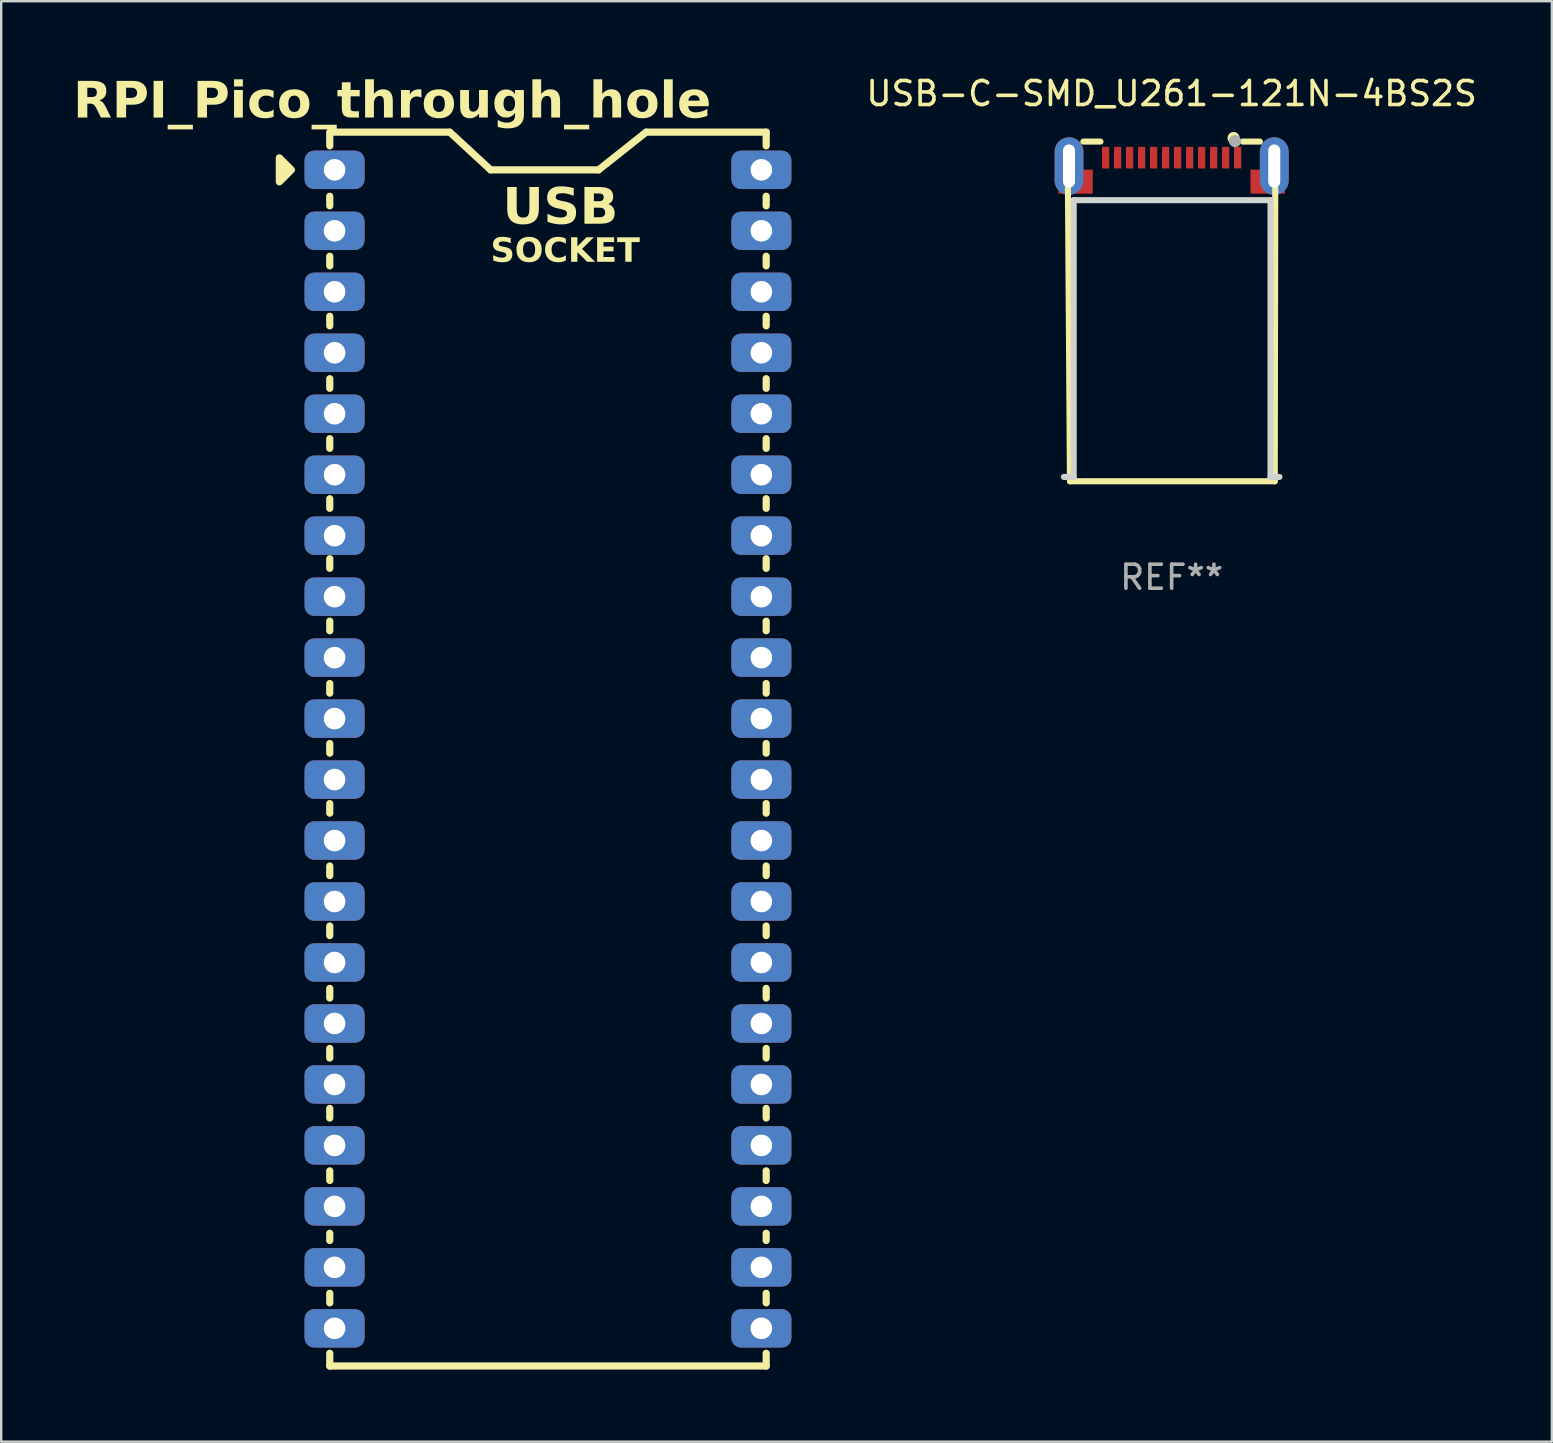
<source format=kicad_pcb>
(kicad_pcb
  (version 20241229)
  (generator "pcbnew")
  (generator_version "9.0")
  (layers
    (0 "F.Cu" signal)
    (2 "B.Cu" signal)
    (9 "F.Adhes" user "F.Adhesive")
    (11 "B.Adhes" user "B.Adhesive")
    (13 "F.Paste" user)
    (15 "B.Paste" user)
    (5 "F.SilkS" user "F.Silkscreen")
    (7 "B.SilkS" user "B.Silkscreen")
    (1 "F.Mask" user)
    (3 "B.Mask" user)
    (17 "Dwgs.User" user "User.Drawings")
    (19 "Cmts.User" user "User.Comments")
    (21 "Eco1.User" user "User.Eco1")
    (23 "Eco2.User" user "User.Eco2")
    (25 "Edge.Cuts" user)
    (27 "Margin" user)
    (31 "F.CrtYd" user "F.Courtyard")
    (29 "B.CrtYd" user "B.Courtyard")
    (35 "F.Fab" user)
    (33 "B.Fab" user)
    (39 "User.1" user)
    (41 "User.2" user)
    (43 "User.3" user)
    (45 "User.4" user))
  (footprint "RPI_Pico_through_hole"
    (layer "F.Cu")
    (at 10.887 4.025)
    (property "Reference" "RPI_Pico_through_hole" (at 2.4 -2.8 0) (layer "F.SilkS") (effects (font (face "Dosis") (size 1.5 1.5) (thickness 0.3) (bold yes))))
    (attr through_hole)
    (fp_line (start -0.2 -1.57) (end 4.8 -1.57) (stroke (width 0.3) (type solid)) (layer "F.SilkS"))
    (fp_line (start -0.2 -1.5) (end -0.2 -1) (stroke (width 0.3) (type solid)) (layer "F.SilkS"))
    (fp_line (start -0.2 1.1) (end -0.2 1.5) (stroke (width 0.3) (type solid)) (layer "F.SilkS"))
    (fp_line (start -0.2 3.6) (end -0.2 4) (stroke (width 0.3) (type solid)) (layer "F.SilkS"))
    (fp_line (start -0.2 6.1) (end -0.2 6.5) (stroke (width 0.3) (type solid)) (layer "F.SilkS"))
    (fp_line (start -0.2 8.7) (end -0.2 9.1) (stroke (width 0.3) (type solid)) (layer "F.SilkS"))
    (fp_line (start -0.2 11.2) (end -0.2 11.6) (stroke (width 0.3) (type solid)) (layer "F.SilkS"))
    (fp_line (start -0.2 13.7) (end -0.2 14.1) (stroke (width 0.3) (type solid)) (layer "F.SilkS"))
    (fp_line (start -0.2 16.2) (end -0.2 16.6) (stroke (width 0.3) (type solid)) (layer "F.SilkS"))
    (fp_line (start -0.2 18.8) (end -0.2 19.2) (stroke (width 0.3) (type solid)) (layer "F.SilkS"))
    (fp_line (start -0.2 21.4) (end -0.2 21.8) (stroke (width 0.3) (type solid)) (layer "F.SilkS"))
    (fp_line (start -0.2 23.9) (end -0.2 24.3) (stroke (width 0.3) (type solid)) (layer "F.SilkS"))
    (fp_line (start -0.2 26.4) (end -0.2 26.8) (stroke (width 0.3) (type solid)) (layer "F.SilkS"))
    (fp_line (start -0.2 29) (end -0.2 29.4) (stroke (width 0.3) (type solid)) (layer "F.SilkS"))
    (fp_line (start -0.2 31.5) (end -0.2 31.9) (stroke (width 0.3) (type solid)) (layer "F.SilkS"))
    (fp_line (start -0.2 34.1) (end -0.2 34.5) (stroke (width 0.3) (type solid)) (layer "F.SilkS"))
    (fp_line (start -0.2 36.6) (end -0.2 37) (stroke (width 0.3) (type solid)) (layer "F.SilkS"))
    (fp_line (start -0.2 39.1) (end -0.2 39.5) (stroke (width 0.3) (type solid)) (layer "F.SilkS"))
    (fp_line (start -0.2 41.7) (end -0.2 42.1) (stroke (width 0.3) (type solid)) (layer "F.SilkS"))
    (fp_line (start -0.2 44.3) (end -0.2 44.6) (stroke (width 0.3) (type solid)) (layer "F.SilkS"))
    (fp_line (start -0.2 46.8) (end -0.2 47.2) (stroke (width 0.3) (type solid)) (layer "F.SilkS"))
    (fp_line (start -0.2 49.3) (end -0.2 49.83) (stroke (width 0.3) (type solid)) (layer "F.SilkS"))
    (fp_line (start -0.2 49.83) (end 17.98 49.83) (stroke (width 0.3) (type solid)) (layer "F.SilkS"))
    (fp_line (start 4.8 -1.57) (end 6.5 0) (stroke (width 0.3) (type default)) (layer "F.SilkS"))
    (fp_line (start 6.5 0) (end 11 0) (stroke (width 0.3) (type default)) (layer "F.SilkS"))
    (fp_line (start 11 0) (end 12.98 -1.57) (stroke (width 0.3) (type default)) (layer "F.SilkS"))
    (fp_line (start 12.98 -1.57) (end 17.98 -1.57) (stroke (width 0.3) (type solid)) (layer "F.SilkS"))
    (fp_line (start 17.98 -1.57) (end 17.98 -1) (stroke (width 0.3) (type solid)) (layer "F.SilkS"))
    (fp_line (start 17.98 1.1) (end 17.98 1.5) (stroke (width 0.3) (type solid)) (layer "F.SilkS"))
    (fp_line (start 17.98 3.6) (end 17.98 4) (stroke (width 0.3) (type solid)) (layer "F.SilkS"))
    (fp_line (start 17.98 6.1) (end 17.98 6.5) (stroke (width 0.3) (type solid)) (layer "F.SilkS"))
    (fp_line (start 17.98 8.7) (end 17.98 9.1) (stroke (width 0.3) (type solid)) (layer "F.SilkS"))
    (fp_line (start 17.98 11.2) (end 17.98 11.6) (stroke (width 0.3) (type solid)) (layer "F.SilkS"))
    (fp_line (start 17.98 13.7) (end 17.98 14.1) (stroke (width 0.3) (type solid)) (layer "F.SilkS"))
    (fp_line (start 17.98 16.2) (end 17.98 16.6) (stroke (width 0.3) (type solid)) (layer "F.SilkS"))
    (fp_line (start 17.98 18.8) (end 17.98 19.2) (stroke (width 0.3) (type solid)) (layer "F.SilkS"))
    (fp_line (start 17.98 21.4) (end 17.98 21.8) (stroke (width 0.3) (type solid)) (layer "F.SilkS"))
    (fp_line (start 17.98 23.9) (end 17.98 24.3) (stroke (width 0.3) (type solid)) (layer "F.SilkS"))
    (fp_line (start 17.98 26.4) (end 17.98 26.8) (stroke (width 0.3) (type solid)) (layer "F.SilkS"))
    (fp_line (start 17.98 29) (end 17.98 29.4) (stroke (width 0.3) (type solid)) (layer "F.SilkS"))
    (fp_line (start 17.98 31.5) (end 17.98 31.9) (stroke (width 0.3) (type solid)) (layer "F.SilkS"))
    (fp_line (start 17.98 34.1) (end 17.98 34.5) (stroke (width 0.3) (type solid)) (layer "F.SilkS"))
    (fp_line (start 17.98 36.6) (end 17.98 37) (stroke (width 0.3) (type solid)) (layer "F.SilkS"))
    (fp_line (start 17.98 39.1) (end 17.98 39.5) (stroke (width 0.3) (type solid)) (layer "F.SilkS"))
    (fp_line (start 17.98 41.7) (end 17.98 42.1) (stroke (width 0.3) (type solid)) (layer "F.SilkS"))
    (fp_line (start 17.98 44.3) (end 17.98 44.6) (stroke (width 0.3) (type solid)) (layer "F.SilkS"))
    (fp_line (start 17.98 46.8) (end 17.98 47.2) (stroke (width 0.3) (type solid)) (layer "F.SilkS"))
    (fp_line (start 17.98 49.3) (end 17.98 49.83) (stroke (width 0.3) (type solid)) (layer "F.SilkS"))
    (fp_poly (pts (xy -2.3 -0.5) (xy -2.3 0.5) (xy -1.8 0)) (stroke (width 0.3) (type solid)) (fill yes) (layer "F.SilkS"))
    (fp_text user "SOCKET" (at 6.5 4 0) (unlocked yes) (layer "F.SilkS") (effects (font (face "Dosis") (size 1 1) (thickness 0.25) (bold yes)) (justify left bottom)))
    (fp_text user "USB" (at 7 2.5 0) (unlocked yes) (layer "F.SilkS") (effects (font (face "Dosis") (size 1.5 1.5) (thickness 0.2) (bold yes)) (justify left bottom)))
    (pad "1" thru_hole roundrect (at 0 0) (size 2.5 1.6) (drill 0.9) (layers "*.Cu" "*.Mask") (roundrect_rratio 0.25))
    (pad "2" thru_hole roundrect (at 0 2.54) (size 2.5 1.6) (drill 0.9) (layers "*.Cu" "*.Mask") (roundrect_rratio 0.25))
    (pad "3" thru_hole roundrect (at 0 5.08) (size 2.5 1.6) (drill 0.9) (layers "*.Cu" "*.Mask") (roundrect_rratio 0.25))
    (pad "4" thru_hole roundrect (at 0 7.62) (size 2.5 1.6) (drill 0.9) (layers "*.Cu" "*.Mask") (roundrect_rratio 0.25))
    (pad "5" thru_hole roundrect (at 0 10.16) (size 2.5 1.6) (drill 0.9) (layers "*.Cu" "*.Mask") (roundrect_rratio 0.25))
    (pad "6" thru_hole roundrect (at 0 12.7) (size 2.5 1.6) (drill 0.9) (layers "*.Cu" "*.Mask") (roundrect_rratio 0.25))
    (pad "7" thru_hole roundrect (at 0 15.24) (size 2.5 1.6) (drill 0.9) (layers "*.Cu" "*.Mask") (roundrect_rratio 0.25))
    (pad "8" thru_hole roundrect (at 0 17.78) (size 2.5 1.6) (drill 0.9) (layers "*.Cu" "*.Mask") (roundrect_rratio 0.25))
    (pad "9" thru_hole roundrect (at 0 20.32) (size 2.5 1.6) (drill 0.9) (layers "*.Cu" "*.Mask") (roundrect_rratio 0.25))
    (pad "10" thru_hole roundrect (at 0 22.86) (size 2.5 1.6) (drill 0.9) (layers "*.Cu" "*.Mask") (roundrect_rratio 0.25))
    (pad "11" thru_hole roundrect (at 0 25.4) (size 2.5 1.6) (drill 0.9) (layers "*.Cu" "*.Mask") (roundrect_rratio 0.25))
    (pad "12" thru_hole roundrect (at 0 27.94) (size 2.5 1.6) (drill 0.9) (layers "*.Cu" "*.Mask") (roundrect_rratio 0.25))
    (pad "13" thru_hole roundrect (at 0 30.48) (size 2.5 1.6) (drill 0.9) (layers "*.Cu" "*.Mask") (roundrect_rratio 0.25))
    (pad "14" thru_hole roundrect (at 0 33.02) (size 2.5 1.6) (drill 0.9) (layers "*.Cu" "*.Mask") (roundrect_rratio 0.25))
    (pad "15" thru_hole roundrect (at 0 35.56) (size 2.5 1.6) (drill 0.9) (layers "*.Cu" "*.Mask") (roundrect_rratio 0.25))
    (pad "16" thru_hole roundrect (at 0 38.1) (size 2.5 1.6) (drill 0.9) (layers "*.Cu" "*.Mask") (roundrect_rratio 0.25))
    (pad "17" thru_hole roundrect (at 0 40.64) (size 2.5 1.6) (drill 0.9) (layers "*.Cu" "*.Mask") (roundrect_rratio 0.25))
    (pad "18" thru_hole roundrect (at 0 43.18) (size 2.5 1.6) (drill 0.9) (layers "*.Cu" "*.Mask") (roundrect_rratio 0.25))
    (pad "19" thru_hole roundrect (at 0 45.72) (size 2.5 1.6) (drill 0.9) (layers "*.Cu" "*.Mask") (roundrect_rratio 0.25))
    (pad "20" thru_hole roundrect (at 0 48.26) (size 2.5 1.6) (drill 0.9) (layers "*.Cu" "*.Mask") (roundrect_rratio 0.25))
    (pad "21" thru_hole roundrect (at 17.78 48.26) (size 2.5 1.6) (drill 0.9) (layers "*.Cu" "*.Mask") (roundrect_rratio 0.25))
    (pad "22" thru_hole roundrect (at 17.78 45.72) (size 2.5 1.6) (drill 0.9) (layers "*.Cu" "*.Mask") (roundrect_rratio 0.25))
    (pad "23" thru_hole roundrect (at 17.78 43.18) (size 2.5 1.6) (drill 0.9) (layers "*.Cu" "*.Mask") (roundrect_rratio 0.25))
    (pad "24" thru_hole roundrect (at 17.78 40.64) (size 2.5 1.6) (drill 0.9) (layers "*.Cu" "*.Mask") (roundrect_rratio 0.25))
    (pad "25" thru_hole roundrect (at 17.78 38.1) (size 2.5 1.6) (drill 0.9) (layers "*.Cu" "*.Mask") (roundrect_rratio 0.25))
    (pad "26" thru_hole roundrect (at 17.78 35.56) (size 2.5 1.6) (drill 0.9) (layers "*.Cu" "*.Mask") (roundrect_rratio 0.25))
    (pad "27" thru_hole roundrect (at 17.78 33.02) (size 2.5 1.6) (drill 0.9) (layers "*.Cu" "*.Mask") (roundrect_rratio 0.25))
    (pad "28" thru_hole roundrect (at 17.78 30.48) (size 2.5 1.6) (drill 0.9) (layers "*.Cu" "*.Mask") (roundrect_rratio 0.25))
    (pad "29" thru_hole roundrect (at 17.78 27.94) (size 2.5 1.6) (drill 0.9) (layers "*.Cu" "*.Mask") (roundrect_rratio 0.25))
    (pad "30" thru_hole roundrect (at 17.78 25.4) (size 2.5 1.6) (drill 0.9) (layers "*.Cu" "*.Mask") (roundrect_rratio 0.25))
    (pad "31" thru_hole roundrect (at 17.78 22.86) (size 2.5 1.6) (drill 0.9) (layers "*.Cu" "*.Mask") (roundrect_rratio 0.25))
    (pad "32" thru_hole roundrect (at 17.78 20.32) (size 2.5 1.6) (drill 0.9) (layers "*.Cu" "*.Mask") (roundrect_rratio 0.25))
    (pad "33" thru_hole roundrect (at 17.78 17.78) (size 2.5 1.6) (drill 0.9) (layers "*.Cu" "*.Mask") (roundrect_rratio 0.25))
    (pad "34" thru_hole roundrect (at 17.78 15.24) (size 2.5 1.6) (drill 0.9) (layers "*.Cu" "*.Mask") (roundrect_rratio 0.25))
    (pad "35" thru_hole roundrect (at 17.78 12.7) (size 2.5 1.6) (drill 0.9) (layers "*.Cu" "*.Mask") (roundrect_rratio 0.25))
    (pad "36" thru_hole roundrect (at 17.78 10.16) (size 2.5 1.6) (drill 0.9) (layers "*.Cu" "*.Mask") (roundrect_rratio 0.25))
    (pad "37" thru_hole roundrect (at 17.78 7.62) (size 2.5 1.6) (drill 0.9) (layers "*.Cu" "*.Mask") (roundrect_rratio 0.25))
    (pad "38" thru_hole roundrect (at 17.78 5.08) (size 2.5 1.6) (drill 0.9) (layers "*.Cu" "*.Mask") (roundrect_rratio 0.25))
    (pad "39" thru_hole roundrect (at 17.78 2.54) (size 2.5 1.6) (drill 0.9) (layers "*.Cu" "*.Mask") (roundrect_rratio 0.25))
    (pad "40" thru_hole roundrect (at 17.78 0) (size 2.5 1.6) (drill 0.9) (layers "*.Cu" "*.Mask") (roundrect_rratio 0.25)))
  (footprint "USB-C-SMD_U261-121N-4BS2S"
    (layer "F.Cu")
    (at 45.757 4.018)
    (property "Reference" "USB-C-SMD_U261-121N-4BS2S" (at 0 -3.17 0) (layer "F.SilkS") (effects (font (size 1 1) (thickness 0.15))))
    (attr through_hole)
    (fp_line (start -4.319 0.78) (end -4.235 12.98) (stroke (width 0.254) (type solid)) (layer "F.SilkS"))
    (fp_line (start -4.235 12.98) (end 4.295 12.98) (stroke (width 0.254) (type solid)) (layer "F.SilkS"))
    (fp_line (start -3.677 -1.17) (end -2.965 -1.17) (stroke (width 0.254) (type solid)) (layer "F.SilkS"))
    (fp_line (start 2.965 -1.17) (end 3.677 -1.17) (stroke (width 0.254) (type solid)) (layer "F.SilkS"))
    (fp_line (start 4.295 12.98) (end 4.317 0.78) (stroke (width 0.254) (type solid)) (layer "F.SilkS"))
    (fp_circle (center 2.58 -1.32) (end 2.707 -1.32) (stroke (width 0.254) (type solid)) (fill no) (layer "F.SilkS"))
    (fp_circle (center 4.4 -0.9) (end 4.43 -0.9) (stroke (width 0.06) (type solid)) (fill no) (layer "F.SilkS"))
    (fp_line (start -4.08 1.27) (end -4.08 12.8) (stroke (width 0.254) (type solid)) (layer "Edge.Cuts"))
    (fp_line (start -4.08 1.27) (end 4.12 1.27) (stroke (width 0.254) (type solid)) (layer "Edge.Cuts"))
    (fp_line (start -4.08 12.8) (end -4.49 12.8) (stroke (width 0.254) (type solid)) (layer "Edge.Cuts"))
    (fp_line (start 4.12 1.27) (end 4.12 12.8) (stroke (width 0.254) (type solid)) (layer "Edge.Cuts"))
    (fp_line (start 4.12 12.8) (end 4.49 12.8) (stroke (width 0.254) (type solid)) (layer "Edge.Cuts"))
    (fp_circle (center 2.64 -1.19) (end 2.767 -1.19) (stroke (width 0.254) (type solid)) (fill no) (layer "F.Fab"))
    (fp_text user "REF**" (at 0 16.98 0) (layer "F.Fab") (effects (font (size 1 1) (thickness 0.15))))
    (pad "A1" smd rect (at 2.75 -0.5) (size 0.3 0.9) (layers "F.Cu" "F.Mask" "F.Paste"))
    (pad "A2" smd rect (at 2.25 -0.5) (size 0.3 0.9) (layers "F.Cu" "F.Mask" "F.Paste"))
    (pad "A3" smd rect (at 1.75 -0.5) (size 0.3 0.9) (layers "F.Cu" "F.Mask" "F.Paste"))
    (pad "A4" smd rect (at 1.25 -0.5) (size 0.3 0.9) (layers "F.Cu" "F.Mask" "F.Paste"))
    (pad "A5" smd rect (at -1.25 -0.5) (size 0.3 0.9) (layers "F.Cu" "F.Mask" "F.Paste"))
    (pad "A6" smd rect (at -1.75 -0.5) (size 0.3 0.9) (layers "F.Cu" "F.Mask" "F.Paste"))
    (pad "A7" smd rect (at -2.25 -0.5) (size 0.3 0.9) (layers "F.Cu" "F.Mask" "F.Paste"))
    (pad "A12" smd rect (at -2.75 -0.5) (size 0.3 0.9) (layers "F.Cu" "F.Mask" "F.Paste"))
    (pad "B9" smd rect (at -0.75 -0.5) (size 0.3 0.9) (layers "F.Cu" "F.Mask" "F.Paste"))
    (pad "B10" smd rect (at -0.25 -0.5) (size 0.3 0.9) (layers "F.Cu" "F.Mask" "F.Paste"))
    (pad "B11" smd rect (at 0.25 -0.5) (size 0.3 0.9) (layers "F.Cu" "F.Mask" "F.Paste"))
    (pad "B12" smd rect (at 0.75 -0.5) (size 0.3 0.9) (layers "F.Cu" "F.Mask" "F.Paste"))
    (pad "S1" thru_hole oval (at -4.275 -0.15) (size 1.2 2.4) (drill oval 0.5 1.8) (layers "*.Cu" "*.Mask"))
    (pad "S1" smd rect (at -4 0.5 90) (size 1 1.43) (layers "F.Cu" "F.Mask" "F.Paste"))
    (pad "S1" smd rect (at 4 0.5 90) (size 1 1.43) (layers "F.Cu" "F.Mask" "F.Paste"))
    (pad "S1" thru_hole oval (at 4.275 -0.15) (size 1.2 2.4) (drill oval 0.5 1.8) (layers "*.Cu" "*.Mask")))
  (gr_rect
    (start -3 -3)
    (end 61.596 57.005)
    (stroke (width 0.1) (type default))
    (fill no)
    (layer "Edge.Cuts")))
</source>
